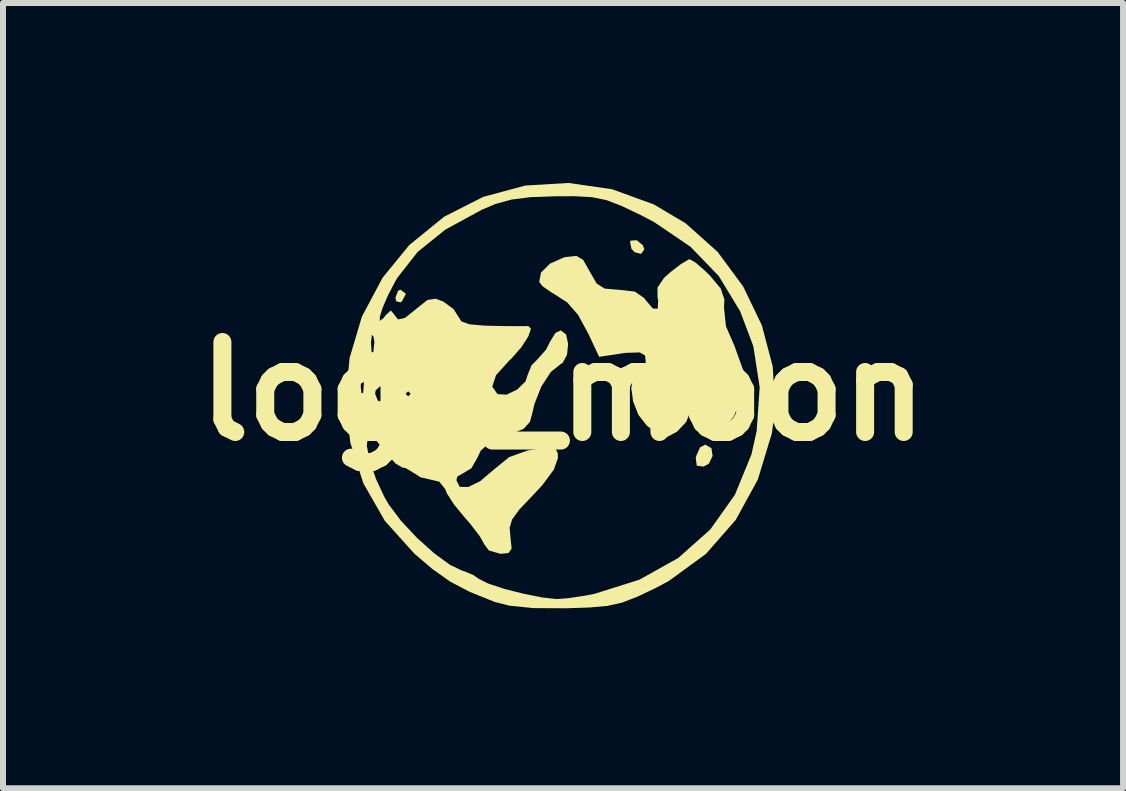
<source format=kicad_pcb>
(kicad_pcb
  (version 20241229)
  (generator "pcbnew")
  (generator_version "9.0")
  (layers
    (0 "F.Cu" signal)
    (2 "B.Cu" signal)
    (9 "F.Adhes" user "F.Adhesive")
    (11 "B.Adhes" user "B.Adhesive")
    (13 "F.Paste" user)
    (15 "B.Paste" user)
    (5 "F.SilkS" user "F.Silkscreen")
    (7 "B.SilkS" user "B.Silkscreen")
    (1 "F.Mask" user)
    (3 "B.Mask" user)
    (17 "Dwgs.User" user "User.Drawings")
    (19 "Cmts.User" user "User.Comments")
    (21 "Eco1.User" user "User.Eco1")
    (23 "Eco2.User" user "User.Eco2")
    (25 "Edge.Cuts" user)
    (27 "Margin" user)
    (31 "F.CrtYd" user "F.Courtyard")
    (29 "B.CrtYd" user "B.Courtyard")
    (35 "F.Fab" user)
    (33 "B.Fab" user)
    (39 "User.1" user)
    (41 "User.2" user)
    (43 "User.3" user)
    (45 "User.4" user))
  (footprint "logo_moon"
    (layer "F.Cu")
    (at 6.336 3.473)
    (property "Reference" "logo_moon" (at 0 0 0) (layer "F.SilkS") (effects (font (size 1.5 1.5) (thickness 0.3))))
    (attr board_only exclude_from_pos_files exclude_from_bom)
    (fp_poly (pts (xy -2.627 -1.633) (xy -2.625 -1.614) (xy -2.686 -1.499) (xy -2.709 -1.482) (xy -2.782 -1.501) (xy -2.794 -1.561) (xy -2.75 -1.677) (xy -2.709 -1.693)) (stroke (width 0) (type solid)) (fill yes) (layer "F.SilkS"))
    (fp_poly (pts (xy 1.329 -2.437) (xy 1.355 -2.366) (xy 1.301 -2.291) (xy 1.194 -2.318) (xy 1.14 -2.376) (xy 1.117 -2.49) (xy 1.129 -2.512) (xy 1.228 -2.518)) (stroke (width 0) (type solid)) (fill yes) (layer "F.SilkS"))
    (fp_poly (pts (xy 2.474 0.948) (xy 2.493 1.078) (xy 2.432 1.206) (xy 2.343 1.255) (xy 2.229 1.241) (xy 2.213 1.111) (xy 2.216 1.087) (xy 2.284 0.934) (xy 2.371 0.889)) (stroke (width 0) (type solid)) (fill yes) (layer "F.SilkS"))
    (fp_poly (pts (xy 0.335 -2.191) (xy 0.441 -2.005) (xy 0.447 -1.993) (xy 0.56 -1.797) (xy 0.694 -1.712) (xy 0.922 -1.693) (xy 0.929 -1.693) (xy 1.197 -1.662) (xy 1.353 -1.554) (xy 1.374 -1.524) (xy 1.498 -1.379) (xy 1.578 -1.377) (xy 1.586 -1.514) (xy 1.576 -1.559) (xy 1.574 -1.728) (xy 1.683 -1.89) (xy 1.785 -1.982) (xy 1.965 -2.121) (xy 2.094 -2.197) (xy 2.113 -2.201) (xy 2.209 -2.146) (xy 2.37 -2.006) (xy 2.451 -1.926) (xy 2.628 -1.714) (xy 2.69 -1.529) (xy 2.683 -1.397) (xy 2.716 -1.083) (xy 2.854 -0.767) (xy 3.002 -0.355) (xy 2.999 0.053) (xy 2.847 0.419) (xy 2.789 0.497) (xy 2.659 0.628) (xy 2.556 0.634) (xy 2.476 0.581) (xy 2.304 0.425) (xy 2.225 0.339) (xy 2.144 0.256) (xy 2.12 0.316) (xy 2.119 0.347) (xy 2.053 0.511) (xy 1.903 0.671) (xy 1.74 0.759) (xy 1.713 0.762) (xy 1.589 0.711) (xy 1.414 0.586) (xy 1.392 0.567) (xy 1.255 0.391) (xy 1.168 0.167) (xy 1.137 -0.055) (xy 1.168 -0.226) (xy 1.27 -0.295) (xy 1.27 -0.295) (xy 1.361 -0.324) (xy 1.384 -0.439) (xy 1.367 -0.598) (xy 1.279 -0.648) (xy 1.046 -0.641) (xy 0.978 -0.631) (xy 0.602 -0.575) (xy 0.421 -0.96) (xy 0.25 -1.275) (xy 0.069 -1.482) (xy -0.173 -1.638) (xy -0.193 -1.648) (xy -0.343 -1.752) (xy -0.397 -1.824) (xy -0.368 -1.978) (xy -0.218 -2.128) (xy 0.01 -2.23) (xy 0.046 -2.239) (xy 0.223 -2.257)) (stroke (width 0) (type solid)) (fill yes) (layer "F.SilkS"))
    (fp_poly (pts (xy 0.815 -3.369) (xy 1.513 -3.116) (xy 2.045 -2.8) (xy 2.577 -2.324) (xy 3.004 -1.746) (xy 3.315 -1.098) (xy 3.496 -0.412) (xy 3.535 0.28) (xy 3.482 0.698) (xy 3.247 1.472) (xy 2.878 2.145) (xy 2.382 2.711) (xy 1.763 3.162) (xy 1.546 3.278) (xy 1.233 3.427) (xy 0.984 3.523) (xy 0.741 3.577) (xy 0.444 3.604) (xy 0.047 3.617) (xy -0.497 3.614) (xy -0.9 3.573) (xy -1.143 3.51) (xy -1.559 3.342) (xy -1.881 3.173) (xy -2.18 2.961) (xy -2.477 2.708) (xy -2.972 2.158) (xy -3.329 1.534) (xy -3.529 0.909) (xy -3.271 0.909) (xy -3.221 1.163) (xy -3.117 1.465) (xy -2.976 1.766) (xy -2.908 1.883) (xy -2.702 2.158) (xy -2.436 2.442) (xy -2.15 2.699) (xy -1.883 2.894) (xy -1.675 2.993) (xy -1.655 2.996) (xy -1.498 3.062) (xy -1.403 3.127) (xy -1.245 3.206) (xy -0.976 3.294) (xy -0.654 3.376) (xy -0.336 3.438) (xy -0.11 3.463) (xy 0.078 3.45) (xy 0.354 3.409) (xy 0.525 3.376) (xy 1.274 3.14) (xy 1.921 2.778) (xy 2.455 2.303) (xy 2.865 1.725) (xy 3.14 1.054) (xy 3.228 0.661) (xy 3.278 -0.067) (xy 3.172 -0.752) (xy 2.952 -1.335) (xy 2.596 -1.921) (xy 2.124 -2.41) (xy 1.518 -2.821) (xy 1.295 -2.938) (xy 0.969 -3.093) (xy 0.72 -3.188) (xy 0.482 -3.236) (xy 0.191 -3.252) (xy -0.123 -3.251) (xy -0.543 -3.236) (xy -0.856 -3.197) (xy -1.125 -3.123) (xy -1.355 -3.026) (xy -1.962 -2.695) (xy -2.423 -2.324) (xy -2.759 -1.896) (xy -2.791 -1.843) (xy -2.916 -1.604) (xy -3.007 -1.394) (xy -3.055 -1.241) (xy -3.053 -1.174) (xy -2.991 -1.223) (xy -2.956 -1.27) (xy -2.871 -1.347) (xy -2.823 -1.291) (xy -2.751 -1.198) (xy -2.636 -1.223) (xy -2.448 -1.372) (xy -2.428 -1.39) (xy -2.259 -1.523) (xy -2.122 -1.543) (xy -1.997 -1.496) (xy -1.825 -1.371) (xy -1.748 -1.249) (xy -1.694 -1.165) (xy -1.561 -1.117) (xy -1.313 -1.095) (xy -1.172 -1.091) (xy -0.885 -1.086) (xy -0.67 -1.086) (xy -0.58 -1.088) (xy -0.534 -1.044) (xy -0.579 -0.914) (xy -0.694 -0.736) (xy -0.856 -0.551) (xy -0.897 -0.512) (xy -1.117 -0.268) (xy -1.18 -0.079) (xy -1.093 0.047) (xy -0.942 0.056) (xy -0.763 -0.03) (xy -0.626 -0.165) (xy -0.593 -0.264) (xy -0.528 -0.43) (xy -0.435 -0.524) (xy -0.282 -0.696) (xy -0.218 -0.826) (xy -0.126 -0.974) (xy -0.037 -1.016) (xy 0.051 -0.947) (xy 0.085 -0.788) (xy 0.066 -0.607) (xy -0.005 -0.476) (xy -0.037 -0.456) (xy -0.205 -0.321) (xy -0.363 -0.077) (xy -0.478 0.215) (xy -0.503 0.329) (xy -0.552 0.51) (xy -0.655 0.623) (xy -0.86 0.713) (xy -0.948 0.742) (xy -1.22 0.853) (xy -1.372 0.99) (xy -1.43 1.112) (xy -1.529 1.284) (xy -1.647 1.355) (xy -1.762 1.421) (xy -1.778 1.482) (xy -1.723 1.593) (xy -1.579 1.595) (xy -1.381 1.498) (xy -1.169 1.318) (xy -0.899 1.097) (xy -0.588 0.986) (xy -0.487 0.969) (xy -0.245 0.941) (xy -0.127 0.956) (xy -0.088 1.031) (xy -0.085 1.113) (xy -0.153 1.305) (xy -0.348 1.568) (xy -0.505 1.736) (xy -0.728 1.97) (xy -0.848 2.135) (xy -0.89 2.276) (xy -0.877 2.434) (xy -0.857 2.622) (xy -0.91 2.697) (xy -1.043 2.709) (xy -1.236 2.654) (xy -1.306 2.561) (xy -1.39 2.414) (xy -1.548 2.208) (xy -1.644 2.098) (xy -1.819 1.885) (xy -1.938 1.699) (xy -1.963 1.632) (xy -2.063 1.507) (xy -2.18 1.479) (xy -2.378 1.433) (xy -2.47 1.373) (xy -2.619 1.282) (xy -2.681 1.27) (xy -2.791 1.205) (xy -2.939 1.043) (xy -2.994 0.967) (xy -3.131 0.799) (xy -3.232 0.74) (xy -3.254 0.754) (xy -3.271 0.909) (xy -3.529 0.909) (xy -3.546 0.859) (xy -3.607 0.296) (xy -2.963 0.296) (xy -2.921 0.339) (xy -2.879 0.296) (xy -2.921 0.254) (xy -2.963 0.296) (xy -3.607 0.296) (xy -3.622 0.156) (xy -3.612 0.042) (xy -3.133 0.042) (xy -3.087 0.155) (xy -3.048 0.169) (xy -2.973 0.101) (xy -2.963 0.042) (xy -2.625 0.042) (xy -2.582 0.085) (xy -2.54 0.042) (xy -2.582 0) (xy -2.625 0.042) (xy -2.963 0.042) (xy -3.009 -0.07) (xy -3.048 -0.085) (xy -3.123 -0.016) (xy -3.133 0.042) (xy -3.612 0.042) (xy -3.601 -0.085) (xy -3.373 -0.085) (xy -3.36 0.036) (xy -3.331 0.021) (xy -3.319 -0.152) (xy -3.331 -0.191) (xy -3.361 -0.201) (xy -3.373 -0.085) (xy -3.601 -0.085) (xy -3.559 -0.553) (xy -3.484 -0.804) (xy -3.201 -0.804) (xy -3.192 -0.66) (xy -3.165 -0.647) (xy -3.162 -0.655) (xy -3.145 -0.823) (xy -3.159 -0.909) (xy -3.186 -0.943) (xy -3.2 -0.831) (xy -3.201 -0.804) (xy -3.484 -0.804) (xy -3.354 -1.243) (xy -3.008 -1.894) (xy -2.563 -2.438) (xy -1.983 -2.91) (xy -1.331 -3.241) (xy -0.631 -3.43) (xy 0.092 -3.473)) (stroke (width 0) (type solid)) (fill yes) (layer "F.SilkS")))
  (gr_rect
    (start -3 -3)
    (end 15.671 10.09)
    (stroke (width 0.1) (type default))
    (fill no)
    (layer "Edge.Cuts")))
</source>
